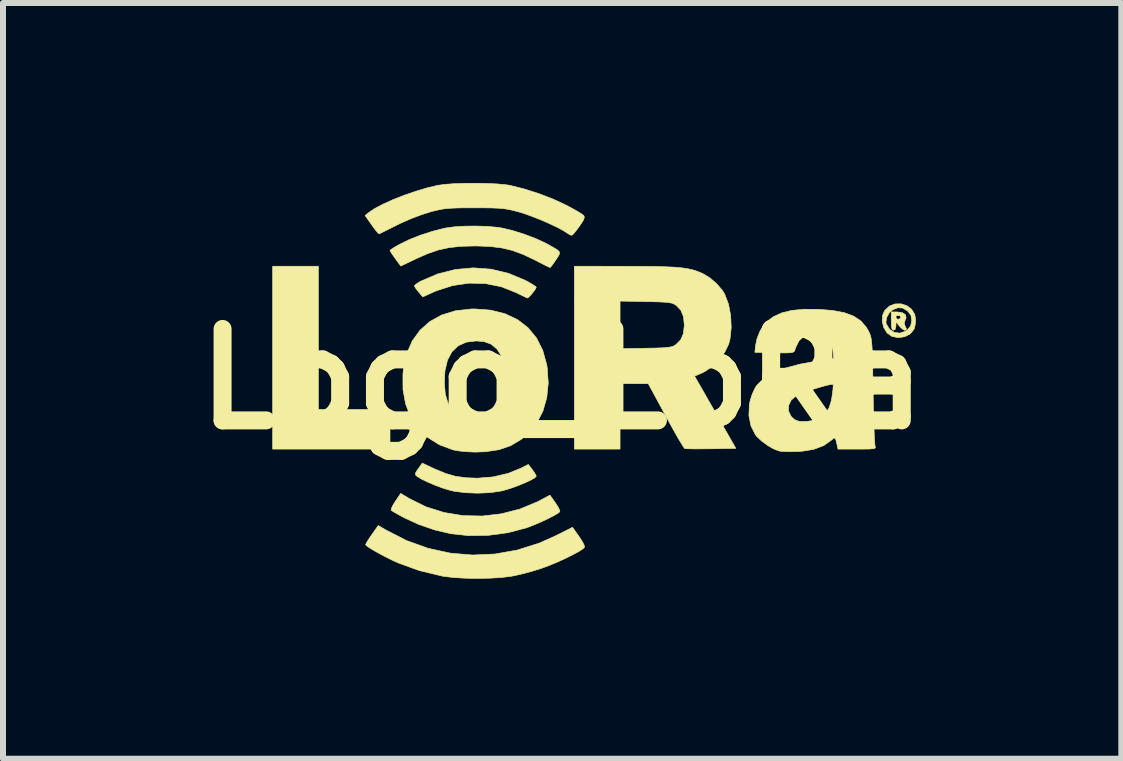
<source format=kicad_pcb>
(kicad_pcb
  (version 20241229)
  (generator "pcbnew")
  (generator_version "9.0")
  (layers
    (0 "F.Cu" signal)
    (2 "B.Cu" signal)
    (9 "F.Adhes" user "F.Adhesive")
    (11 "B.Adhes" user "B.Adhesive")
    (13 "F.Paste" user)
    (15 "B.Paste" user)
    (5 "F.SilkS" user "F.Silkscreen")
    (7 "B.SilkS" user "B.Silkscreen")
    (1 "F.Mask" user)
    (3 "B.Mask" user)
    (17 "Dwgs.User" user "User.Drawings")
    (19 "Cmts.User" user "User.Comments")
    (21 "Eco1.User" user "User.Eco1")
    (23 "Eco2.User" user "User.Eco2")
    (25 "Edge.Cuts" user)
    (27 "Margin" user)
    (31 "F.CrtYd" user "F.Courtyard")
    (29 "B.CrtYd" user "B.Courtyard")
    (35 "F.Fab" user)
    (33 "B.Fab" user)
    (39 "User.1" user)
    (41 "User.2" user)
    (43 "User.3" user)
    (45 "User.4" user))
  (footprint "Logo_LoRa"
    (layer "F.Cu")
    (at 6.321 3.268)
    (property "Reference" "Logo_LoRa" (at 0 0 0) (layer "F.SilkS") (effects (font (size 1.524 1.524) (thickness 0.3))))
    (attr exclude_from_pos_files exclude_from_bom)
    (fp_poly (pts (xy -4.064 0.508) (xy -2.87 0.508) (xy -2.87 1.168) (xy -4.826 1.168) (xy -4.826 -1.88) (xy -4.064 -1.88) (xy -4.064 0.508)) (stroke (width 0.01) (type solid)) (fill yes) (layer "F.SilkS"))
    (fp_poly (pts (xy -1.185 -1.831) (xy -0.893 -1.761) (xy -0.613 -1.644) (xy -0.565 -1.618) (xy -0.495 -1.577) (xy -0.446 -1.545) (xy -0.432 -1.53) (xy -0.446 -1.5) (xy -0.481 -1.451) (xy -0.524 -1.399) (xy -0.561 -1.361) (xy -0.579 -1.35) (xy -0.609 -1.363) (xy -0.671 -1.393) (xy -0.753 -1.433) (xy -0.762 -1.438) (xy -1.013 -1.538) (xy -1.278 -1.591) (xy -1.551 -1.598) (xy -1.825 -1.558) (xy -2.095 -1.471) (xy -2.152 -1.447) (xy -2.324 -1.369) (xy -2.394 -1.452) (xy -2.437 -1.507) (xy -2.462 -1.547) (xy -2.464 -1.554) (xy -2.443 -1.576) (xy -2.391 -1.611) (xy -2.356 -1.631) (xy -2.073 -1.752) (xy -1.78 -1.826) (xy -1.482 -1.853) (xy -1.185 -1.831)) (stroke (width 0.01) (type solid)) (fill yes) (layer "F.SilkS"))
    (fp_poly (pts (xy 5.672 -1.105) (xy 5.724 -1.071) (xy 5.733 -1.02) (xy 5.719 -0.988) (xy 5.702 -0.926) (xy 5.714 -0.89) (xy 5.738 -0.838) (xy 5.731 -0.816) (xy 5.71 -0.813) (xy 5.674 -0.831) (xy 5.628 -0.875) (xy 5.622 -0.883) (xy 5.564 -0.953) (xy 5.564 -0.883) (xy 5.551 -0.827) (xy 5.524 -0.813) (xy 5.502 -0.825) (xy 5.49 -0.866) (xy 5.486 -0.947) (xy 5.486 -0.965) (xy 5.486 -1.029) (xy 5.563 -1.029) (xy 5.58 -1) (xy 5.616 -0.997) (xy 5.644 -1.02) (xy 5.646 -1.028) (xy 5.63 -1.053) (xy 5.607 -1.062) (xy 5.569 -1.052) (xy 5.563 -1.029) (xy 5.486 -1.029) (xy 5.486 -1.118) (xy 5.585 -1.118) (xy 5.672 -1.105)) (stroke (width 0.01) (type solid)) (fill yes) (layer "F.SilkS"))
    (fp_poly (pts (xy -2.546 1.994) (xy -2.266 2.132) (xy -1.966 2.226) (xy -1.653 2.277) (xy -1.333 2.284) (xy -1.014 2.247) (xy -0.702 2.167) (xy -0.404 2.043) (xy -0.367 2.023) (xy -0.204 1.936) (xy -0.114 2.062) (xy -0.069 2.132) (xy -0.042 2.187) (xy -0.039 2.212) (xy -0.073 2.239) (xy -0.142 2.279) (xy -0.237 2.328) (xy -0.347 2.38) (xy -0.461 2.429) (xy -0.567 2.47) (xy -0.597 2.481) (xy -0.905 2.562) (xy -1.233 2.606) (xy -1.565 2.61) (xy -1.854 2.579) (xy -2.123 2.516) (xy -2.396 2.422) (xy -2.642 2.308) (xy -2.731 2.259) (xy -2.802 2.219) (xy -2.845 2.192) (xy -2.851 2.188) (xy -2.847 2.159) (xy -2.82 2.102) (xy -2.781 2.039) (xy -2.692 1.907) (xy -2.546 1.994)) (stroke (width 0.01) (type solid)) (fill yes) (layer "F.SilkS"))
    (fp_poly (pts (xy -2.125 1.499) (xy -1.944 1.574) (xy -1.777 1.622) (xy -1.603 1.646) (xy -1.41 1.653) (xy -1.152 1.632) (xy -0.901 1.573) (xy -0.686 1.486) (xy -0.564 1.424) (xy -0.498 1.51) (xy -0.457 1.569) (xy -0.434 1.612) (xy -0.432 1.62) (xy -0.454 1.645) (xy -0.515 1.68) (xy -0.602 1.722) (xy -0.707 1.766) (xy -0.818 1.808) (xy -0.925 1.843) (xy -1.017 1.867) (xy -1.017 1.867) (xy -1.201 1.894) (xy -1.406 1.903) (xy -1.612 1.895) (xy -1.798 1.871) (xy -1.869 1.855) (xy -1.988 1.819) (xy -2.117 1.771) (xy -2.242 1.718) (xy -2.347 1.667) (xy -2.419 1.623) (xy -2.42 1.622) (xy -2.445 1.598) (xy -2.446 1.57) (xy -2.42 1.525) (xy -2.398 1.495) (xy -2.332 1.402) (xy -2.125 1.499)) (stroke (width 0.01) (type solid)) (fill yes) (layer "F.SilkS"))
    (fp_poly (pts (xy 5.745 -1.223) (xy 5.825 -1.163) (xy 5.877 -1.078) (xy 5.893 -0.988) (xy 5.885 -0.907) (xy 5.868 -0.836) (xy 5.865 -0.831) (xy 5.805 -0.754) (xy 5.713 -0.706) (xy 5.606 -0.689) (xy 5.498 -0.71) (xy 5.496 -0.711) (xy 5.416 -0.768) (xy 5.361 -0.857) (xy 5.338 -0.949) (xy 5.397 -0.949) (xy 5.402 -0.92) (xy 5.457 -0.829) (xy 5.536 -0.777) (xy 5.629 -0.765) (xy 5.723 -0.797) (xy 5.757 -0.822) (xy 5.809 -0.885) (xy 5.826 -0.963) (xy 5.827 -0.978) (xy 5.814 -1.061) (xy 5.768 -1.124) (xy 5.757 -1.134) (xy 5.677 -1.183) (xy 5.597 -1.188) (xy 5.513 -1.156) (xy 5.452 -1.103) (xy 5.41 -1.027) (xy 5.397 -0.949) (xy 5.338 -0.949) (xy 5.335 -0.961) (xy 5.342 -1.065) (xy 5.375 -1.14) (xy 5.454 -1.215) (xy 5.549 -1.252) (xy 5.65 -1.253) (xy 5.745 -1.223)) (stroke (width 0.01) (type solid)) (fill yes) (layer "F.SilkS"))
    (fp_poly (pts (xy -2.936 2.518) (xy -2.589 2.695) (xy -2.23 2.823) (xy -1.863 2.903) (xy -1.491 2.934) (xy -1.118 2.917) (xy -0.748 2.851) (xy -0.384 2.736) (xy -0.123 2.62) (xy 0.173 2.472) (xy 0.279 2.622) (xy 0.33 2.699) (xy 0.364 2.763) (xy 0.374 2.801) (xy 0.374 2.802) (xy 0.343 2.833) (xy 0.274 2.877) (xy 0.176 2.93) (xy 0.057 2.989) (xy -0.072 3.048) (xy -0.204 3.103) (xy -0.329 3.15) (xy -0.357 3.16) (xy -0.496 3.203) (xy -0.649 3.244) (xy -0.79 3.277) (xy -0.848 3.288) (xy -1.009 3.308) (xy -1.203 3.32) (xy -1.414 3.324) (xy -1.625 3.32) (xy -1.82 3.308) (xy -1.982 3.288) (xy -1.994 3.286) (xy -2.382 3.193) (xy -2.724 3.069) (xy -2.829 3.022) (xy -2.941 2.966) (xy -3.05 2.909) (xy -3.147 2.854) (xy -3.223 2.807) (xy -3.268 2.773) (xy -3.276 2.761) (xy -3.263 2.732) (xy -3.227 2.673) (xy -3.176 2.598) (xy -3.171 2.591) (xy -3.066 2.442) (xy -2.936 2.518)) (stroke (width 0.01) (type solid)) (fill yes) (layer "F.SilkS"))
    (fp_poly (pts (xy -1.247 -2.544) (xy -1.081 -2.529) (xy -1.003 -2.517) (xy -0.82 -2.473) (xy -0.625 -2.411) (xy -0.436 -2.339) (xy -0.274 -2.264) (xy -0.241 -2.246) (xy -0.14 -2.189) (xy -0.076 -2.15) (xy -0.046 -2.118) (xy -0.045 -2.086) (xy -0.068 -2.042) (xy -0.106 -1.985) (xy -0.152 -1.917) (xy -0.188 -1.871) (xy -0.203 -1.858) (xy -0.23 -1.87) (xy -0.291 -1.9) (xy -0.378 -1.944) (xy -0.457 -1.985) (xy -0.651 -2.077) (xy -0.828 -2.143) (xy -1.005 -2.185) (xy -1.197 -2.209) (xy -1.421 -2.218) (xy -1.46 -2.218) (xy -1.688 -2.212) (xy -1.883 -2.191) (xy -2.062 -2.152) (xy -2.243 -2.09) (xy -2.442 -2.002) (xy -2.456 -1.995) (xy -2.69 -1.883) (xy -2.78 -2.005) (xy -2.828 -2.073) (xy -2.861 -2.123) (xy -2.87 -2.142) (xy -2.85 -2.161) (xy -2.796 -2.196) (xy -2.719 -2.24) (xy -2.711 -2.244) (xy -2.55 -2.323) (xy -2.358 -2.399) (xy -2.156 -2.464) (xy -1.964 -2.513) (xy -1.943 -2.517) (xy -1.8 -2.537) (xy -1.624 -2.548) (xy -1.434 -2.55) (xy -1.247 -2.544)) (stroke (width 0.01) (type solid)) (fill yes) (layer "F.SilkS"))
    (fp_poly (pts (xy -1.252 -3.26) (xy -1.082 -3.252) (xy -0.942 -3.239) (xy -0.876 -3.229) (xy -0.641 -3.171) (xy -0.387 -3.09) (xy -0.139 -2.994) (xy 0.08 -2.891) (xy 0.184 -2.835) (xy 0.273 -2.784) (xy 0.336 -2.744) (xy 0.36 -2.725) (xy 0.37 -2.696) (xy 0.355 -2.651) (xy 0.312 -2.582) (xy 0.288 -2.547) (xy 0.234 -2.474) (xy 0.189 -2.42) (xy 0.163 -2.396) (xy 0.163 -2.396) (xy 0.127 -2.405) (xy 0.089 -2.43) (xy 0.017 -2.476) (xy -0.092 -2.534) (xy -0.225 -2.596) (xy -0.37 -2.659) (xy -0.516 -2.716) (xy -0.65 -2.764) (xy -0.728 -2.787) (xy -0.821 -2.811) (xy -0.903 -2.829) (xy -0.984 -2.841) (xy -1.075 -2.848) (xy -1.187 -2.852) (xy -1.332 -2.854) (xy -1.46 -2.854) (xy -1.634 -2.854) (xy -1.768 -2.851) (xy -1.874 -2.846) (xy -1.961 -2.838) (xy -2.041 -2.824) (xy -2.125 -2.805) (xy -2.197 -2.786) (xy -2.345 -2.739) (xy -2.514 -2.675) (xy -2.682 -2.602) (xy -2.743 -2.572) (xy -2.854 -2.517) (xy -2.948 -2.47) (xy -3.016 -2.436) (xy -3.049 -2.42) (xy -3.05 -2.419) (xy -3.071 -2.435) (xy -3.112 -2.483) (xy -3.164 -2.553) (xy -3.175 -2.569) (xy -3.285 -2.726) (xy -3.224 -2.775) (xy -3.123 -2.843) (xy -2.983 -2.916) (xy -2.815 -2.992) (xy -2.629 -3.065) (xy -2.435 -3.131) (xy -2.245 -3.188) (xy -2.07 -3.229) (xy -1.954 -3.245) (xy -1.802 -3.256) (xy -1.625 -3.262) (xy -1.437 -3.263) (xy -1.252 -3.26)) (stroke (width 0.01) (type solid)) (fill yes) (layer "F.SilkS"))
    (fp_poly (pts (xy -1.191 -1.148) (xy -0.952 -1.088) (xy -0.744 -0.99) (xy -0.569 -0.855) (xy -0.428 -0.684) (xy -0.324 -0.478) (xy -0.258 -0.24) (xy -0.249 -0.185) (xy -0.232 0.069) (xy -0.257 0.311) (xy -0.321 0.535) (xy -0.423 0.733) (xy -0.521 0.859) (xy -0.68 1.004) (xy -0.854 1.109) (xy -1.051 1.178) (xy -1.278 1.212) (xy -1.447 1.218) (xy -1.572 1.213) (xy -1.695 1.202) (xy -1.795 1.186) (xy -1.822 1.18) (xy -2.049 1.095) (xy -2.243 0.973) (xy -2.403 0.817) (xy -2.526 0.63) (xy -2.61 0.415) (xy -2.653 0.176) (xy -2.654 0.065) (xy -1.964 0.065) (xy -1.948 0.252) (xy -1.904 0.402) (xy -1.828 0.522) (xy -1.717 0.62) (xy -1.689 0.638) (xy -1.594 0.674) (xy -1.472 0.687) (xy -1.343 0.679) (xy -1.225 0.649) (xy -1.181 0.628) (xy -1.107 0.574) (xy -1.046 0.496) (xy -1.003 0.419) (xy -0.967 0.34) (xy -0.944 0.273) (xy -0.932 0.199) (xy -0.928 0.101) (xy -0.927 0.025) (xy -0.929 -0.094) (xy -0.936 -0.18) (xy -0.952 -0.25) (xy -0.98 -0.32) (xy -1.003 -0.368) (xy -1.084 -0.496) (xy -1.182 -0.58) (xy -1.304 -0.624) (xy -1.431 -0.635) (xy -1.597 -0.615) (xy -1.733 -0.554) (xy -1.838 -0.454) (xy -1.912 -0.314) (xy -1.954 -0.136) (xy -1.964 0.065) (xy -2.654 0.065) (xy -2.654 -0.084) (xy -2.645 -0.173) (xy -2.592 -0.419) (xy -2.5 -0.633) (xy -2.37 -0.813) (xy -2.206 -0.958) (xy -2.009 -1.067) (xy -1.78 -1.137) (xy -1.522 -1.167) (xy -1.459 -1.168) (xy -1.191 -1.148)) (stroke (width 0.01) (type solid)) (fill yes) (layer "F.SilkS"))
    (fp_poly (pts (xy 1.06 -1.879) (xy 1.322 -1.878) (xy 1.539 -1.876) (xy 1.717 -1.871) (xy 1.862 -1.865) (xy 1.98 -1.855) (xy 2.078 -1.841) (xy 2.162 -1.824) (xy 2.236 -1.801) (xy 2.309 -1.773) (xy 2.341 -1.759) (xy 2.457 -1.69) (xy 2.573 -1.591) (xy 2.668 -1.481) (xy 2.708 -1.417) (xy 2.772 -1.25) (xy 2.809 -1.057) (xy 2.818 -0.857) (xy 2.798 -0.668) (xy 2.776 -0.583) (xy 2.714 -0.454) (xy 2.618 -0.325) (xy 2.501 -0.21) (xy 2.376 -0.123) (xy 2.336 -0.104) (xy 2.207 -0.048) (xy 2.283 0.084) (xy 2.319 0.146) (xy 2.375 0.244) (xy 2.445 0.368) (xy 2.526 0.508) (xy 2.61 0.657) (xy 2.627 0.686) (xy 2.895 1.156) (xy 2.484 1.163) (xy 2.343 1.164) (xy 2.219 1.165) (xy 2.122 1.163) (xy 2.06 1.161) (xy 2.043 1.159) (xy 2.023 1.134) (xy 1.984 1.071) (xy 1.927 0.976) (xy 1.858 0.854) (xy 1.78 0.713) (xy 1.725 0.612) (xy 1.435 0.077) (xy 1.2 0.077) (xy 0.965 0.076) (xy 0.965 1.168) (xy 0.203 1.168) (xy 0.203 -0.505) (xy 0.965 -0.505) (xy 1.395 -0.513) (xy 1.555 -0.516) (xy 1.672 -0.52) (xy 1.756 -0.527) (xy 1.814 -0.536) (xy 1.854 -0.548) (xy 1.886 -0.566) (xy 1.897 -0.574) (xy 1.976 -0.654) (xy 2.021 -0.757) (xy 2.036 -0.894) (xy 2.036 -0.902) (xy 2.022 -1.04) (xy 1.979 -1.145) (xy 1.902 -1.226) (xy 1.897 -1.23) (xy 1.866 -1.249) (xy 1.83 -1.264) (xy 1.779 -1.274) (xy 1.705 -1.281) (xy 1.601 -1.286) (xy 1.457 -1.29) (xy 1.395 -1.291) (xy 0.965 -1.299) (xy 0.965 -0.505) (xy 0.203 -0.505) (xy 0.203 -1.88) (xy 1.06 -1.879)) (stroke (width 0.01) (type solid)) (fill yes) (layer "F.SilkS"))
    (fp_poly (pts (xy 4.28 -1.161) (xy 4.515 -1.142) (xy 4.706 -1.105) (xy 4.859 -1.048) (xy 4.978 -0.969) (xy 5.068 -0.866) (xy 5.108 -0.796) (xy 5.125 -0.762) (xy 5.138 -0.728) (xy 5.148 -0.689) (xy 5.156 -0.638) (xy 5.163 -0.571) (xy 5.168 -0.481) (xy 5.172 -0.363) (xy 5.176 -0.211) (xy 5.179 -0.019) (xy 5.183 0.203) (xy 5.187 0.411) (xy 5.191 0.603) (xy 5.196 0.775) (xy 5.202 0.919) (xy 5.208 1.029) (xy 5.213 1.1) (xy 5.217 1.124) (xy 5.222 1.142) (xy 5.212 1.155) (xy 5.178 1.163) (xy 5.114 1.167) (xy 5.012 1.168) (xy 4.918 1.168) (xy 4.598 1.168) (xy 4.583 1.099) (xy 4.564 1.02) (xy 4.548 0.985) (xy 4.526 0.986) (xy 4.491 1.017) (xy 4.49 1.018) (xy 4.359 1.11) (xy 4.191 1.173) (xy 3.991 1.205) (xy 3.924 1.208) (xy 3.813 1.21) (xy 3.714 1.208) (xy 3.644 1.205) (xy 3.629 1.203) (xy 3.539 1.172) (xy 3.434 1.113) (xy 3.331 1.039) (xy 3.247 0.961) (xy 3.22 0.927) (xy 3.147 0.781) (xy 3.113 0.611) (xy 3.116 0.537) (xy 3.774 0.537) (xy 3.817 0.624) (xy 3.857 0.663) (xy 3.905 0.693) (xy 3.962 0.707) (xy 4.045 0.708) (xy 4.083 0.706) (xy 4.216 0.687) (xy 4.305 0.648) (xy 4.31 0.645) (xy 4.393 0.569) (xy 4.449 0.481) (xy 4.486 0.365) (xy 4.5 0.283) (xy 4.512 0.193) (xy 4.518 0.123) (xy 4.517 0.089) (xy 4.516 0.088) (xy 4.487 0.089) (xy 4.42 0.103) (xy 4.329 0.127) (xy 4.224 0.158) (xy 4.117 0.193) (xy 4.019 0.227) (xy 3.942 0.258) (xy 3.901 0.278) (xy 3.817 0.353) (xy 3.774 0.443) (xy 3.774 0.537) (xy 3.116 0.537) (xy 3.12 0.432) (xy 3.135 0.354) (xy 3.168 0.253) (xy 3.211 0.159) (xy 3.243 0.107) (xy 3.356 -0.005) (xy 3.514 -0.101) (xy 3.718 -0.182) (xy 3.969 -0.249) (xy 4.229 -0.296) (xy 4.527 -0.34) (xy 4.513 -0.481) (xy 4.488 -0.601) (xy 4.437 -0.679) (xy 4.354 -0.723) (xy 4.233 -0.737) (xy 4.226 -0.737) (xy 4.101 -0.728) (xy 4.012 -0.698) (xy 3.948 -0.637) (xy 3.898 -0.537) (xy 3.876 -0.475) (xy 3.866 -0.457) (xy 3.843 -0.445) (xy 3.799 -0.438) (xy 3.726 -0.435) (xy 3.615 -0.436) (xy 3.538 -0.437) (xy 3.213 -0.445) (xy 3.222 -0.546) (xy 3.247 -0.669) (xy 3.296 -0.795) (xy 3.36 -0.903) (xy 3.399 -0.947) (xy 3.518 -1.037) (xy 3.659 -1.102) (xy 3.83 -1.144) (xy 4.035 -1.163) (xy 4.28 -1.161)) (stroke (width 0.01) (type solid)) (fill yes) (layer "F.SilkS")))
  (gr_rect
    (start -3 -3)
    (end 15.642 9.598)
    (stroke (width 0.1) (type default))
    (fill no)
    (layer "Edge.Cuts")))
</source>
